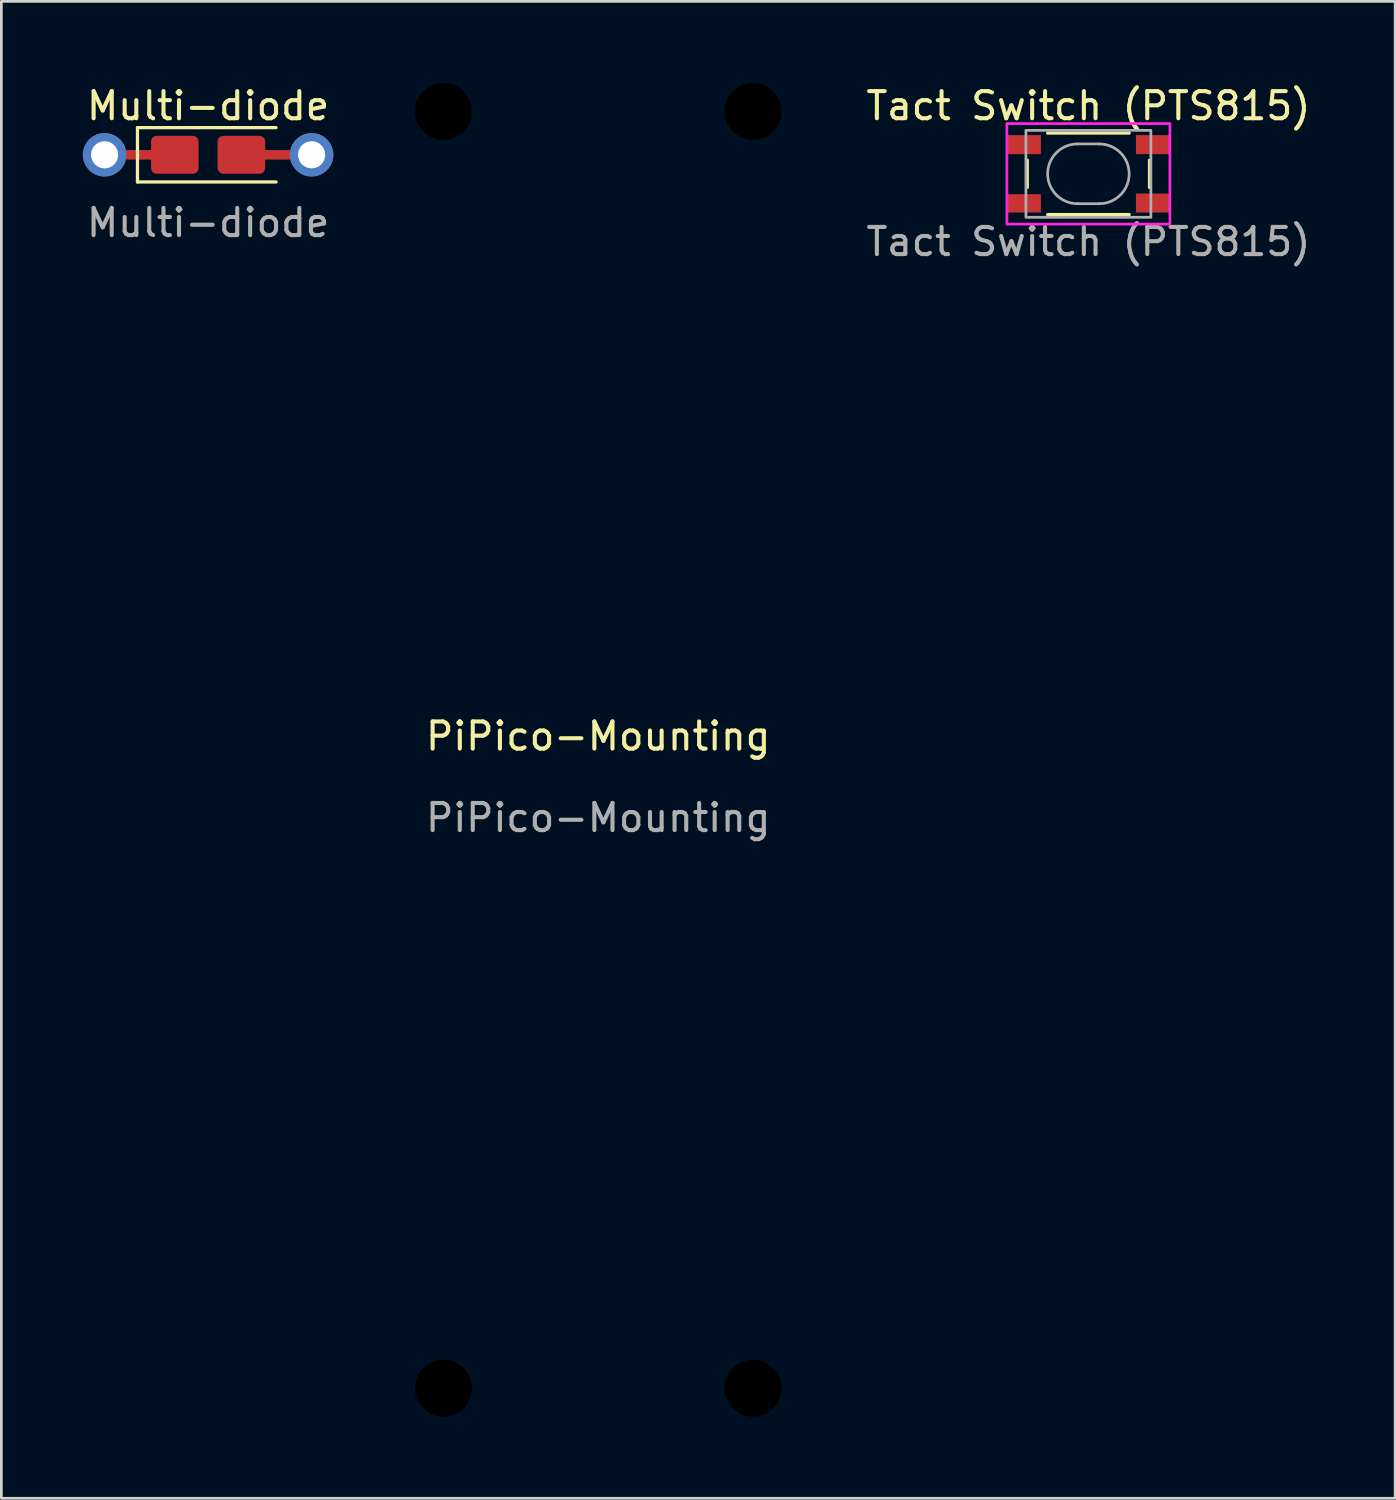
<source format=kicad_pcb>
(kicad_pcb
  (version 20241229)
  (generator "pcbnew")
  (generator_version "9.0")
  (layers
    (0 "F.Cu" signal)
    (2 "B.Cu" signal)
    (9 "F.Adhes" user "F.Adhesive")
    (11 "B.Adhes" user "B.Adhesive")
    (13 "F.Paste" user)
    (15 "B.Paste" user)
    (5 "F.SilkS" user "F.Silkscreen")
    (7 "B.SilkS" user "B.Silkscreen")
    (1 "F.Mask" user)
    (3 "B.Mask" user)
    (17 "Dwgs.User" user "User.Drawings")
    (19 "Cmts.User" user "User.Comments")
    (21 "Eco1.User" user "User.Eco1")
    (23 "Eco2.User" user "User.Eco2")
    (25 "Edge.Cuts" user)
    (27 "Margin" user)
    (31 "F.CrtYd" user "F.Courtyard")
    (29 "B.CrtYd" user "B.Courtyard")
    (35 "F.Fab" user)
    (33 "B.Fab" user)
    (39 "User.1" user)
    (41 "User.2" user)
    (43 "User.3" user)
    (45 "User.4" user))
  (footprint "Multi-diode"
    (layer "F.Cu")
    (at 4.61 2.648)
    (property "Reference" "Multi-diode" (at 0 -1.8 0) (unlocked yes) (layer "F.SilkS") (effects (font (size 1 1) (thickness 0.15))))
    (attr through_hole)
    (fp_line (start -2.6 -1) (end -2.6 1) (stroke (width 0.12) (type solid)) (layer "F.SilkS"))
    (fp_line (start -2.6 -1) (end 2.5 -1) (stroke (width 0.12) (type solid)) (layer "F.SilkS"))
    (fp_line (start -2.6 1) (end 2.5 1) (stroke (width 0.12) (type solid)) (layer "F.SilkS"))
    (fp_text user "${REFERENCE}" (at 0 2.5 0) (unlocked yes) (layer "F.Fab") (effects (font (size 1 1) (thickness 0.15))))
    (pad "1" thru_hole circle (at -3.81 0) (size 1.6 1.6) (drill 1) (layers "*.Cu" "*.Mask"))
    (pad "1" smd rect (at -2.6 0) (size 2 0.35) (layers "F.Cu"))
    (pad "1" smd roundrect (at -1.225 0) (size 1.75 1.4) (layers "F.Cu" "F.Mask" "F.Paste") (roundrect_rratio 0.15))
    (pad "2" smd roundrect (at 1.225 0) (size 1.75 1.4) (layers "F.Cu" "F.Mask" "F.Paste") (roundrect_rratio 0.15))
    (pad "2" smd rect (at 2.6 0) (size 2 0.35) (layers "F.Cu"))
    (pad "2" thru_hole circle (at 3.81 0) (size 1.6 1.6) (drill 1) (layers "*.Cu" "*.Mask")))
  (footprint "Tact Switch (PTS815)"
    (layer "F.Cu")
    (at 37.012 3.348)
    (property "Reference" "Tact Switch (PTS815)" (at 0 -2.5 0) (unlocked yes) (layer "F.SilkS") (effects (font (size 1 1) (thickness 0.15))))
    (attr smd)
    (fp_line (start -2.25 -0.5) (end -2.25 0.5) (stroke (width 0.12) (type solid)) (layer "F.SilkS"))
    (fp_line (start -1.5 1.5) (end 1.5 1.5) (stroke (width 0.12) (type solid)) (layer "F.SilkS"))
    (fp_line (start 1.5 -1.5) (end -1.5 -1.5) (stroke (width 0.12) (type solid)) (layer "F.SilkS"))
    (fp_line (start 2.25 0.5) (end 2.25 -0.5) (stroke (width 0.12) (type solid)) (layer "F.SilkS"))
    (fp_rect (start -3 -1.85) (end 3 1.85) (stroke (width 0.1) (type solid)) (fill no) (layer "F.CrtYd"))
    (fp_line (start -0.4 1.1) (end 0.4 1.1) (stroke (width 0.1) (type solid)) (layer "F.Fab"))
    (fp_line (start 0.4 -1.1) (end -0.4 -1.1) (stroke (width 0.1) (type solid)) (layer "F.Fab"))
    (fp_rect (start -2.3 -1.6) (end 2.3 1.6) (stroke (width 0.1) (type solid)) (fill no) (layer "F.Fab"))
    (fp_arc (start -0.4 1.1) (mid -1.5 0) (end -0.4 -1.1) (stroke (width 0.1) (type solid)) (layer "F.Fab"))
    (fp_arc (start 0.4 -1.1) (mid 1.5 0) (end 0.4 1.1) (stroke (width 0.1) (type solid)) (layer "F.Fab"))
    (fp_text user "${REFERENCE}" (at 0 2.5 0) (unlocked yes) (layer "F.Fab") (effects (font (size 1 1) (thickness 0.15))))
    (pad "1" smd rect (at -2.375 -1.075) (size 1.25 0.7) (layers "F.Cu" "F.Mask" "F.Paste"))
    (pad "1" smd rect (at 2.375 -1.075) (size 1.25 0.7) (layers "F.Cu" "F.Mask" "F.Paste"))
    (pad "2" smd rect (at -2.375 1.087) (size 1.25 0.675) (layers "F.Cu" "F.Mask" "F.Paste"))
    (pad "2" smd rect (at 2.375 1.075) (size 1.25 0.7) (layers "F.Cu" "F.Mask" "F.Paste")))
  (footprint "PiPico-Mounting"
    (layer "F.Cu")
    (at 18.97 24.55)
    (property "Reference" "PiPico-Mounting" (at 0 -0.5 0) (unlocked yes) (layer "F.SilkS") (effects (font (size 1 1) (thickness 0.15))))
    (attr through_hole)
    (fp_text user "${REFERENCE}" (at 0 2.5 0) (unlocked yes) (layer "F.Fab") (effects (font (size 1 1) (thickness 0.15))))
    (pad "" np_thru_hole circle (at -5.7 -23.5) (size 2.1 2.1) (drill 2.1) (layers "*.Mask"))
    (pad "" np_thru_hole circle (at -5.7 23.5) (size 2.1 2.1) (drill 2.1) (layers "*.Mask"))
    (pad "" np_thru_hole circle (at 5.7 -23.5) (size 2.1 2.1) (drill 2.1) (layers "*.Mask"))
    (pad "" np_thru_hole circle (at 5.7 23.5) (size 2.1 2.1) (drill 2.1) (layers "*.Mask")))
  (gr_rect
    (start -3 -3)
    (end 48.303 52.1)
    (stroke (width 0.1) (type default))
    (fill no)
    (layer "Edge.Cuts")))
</source>
